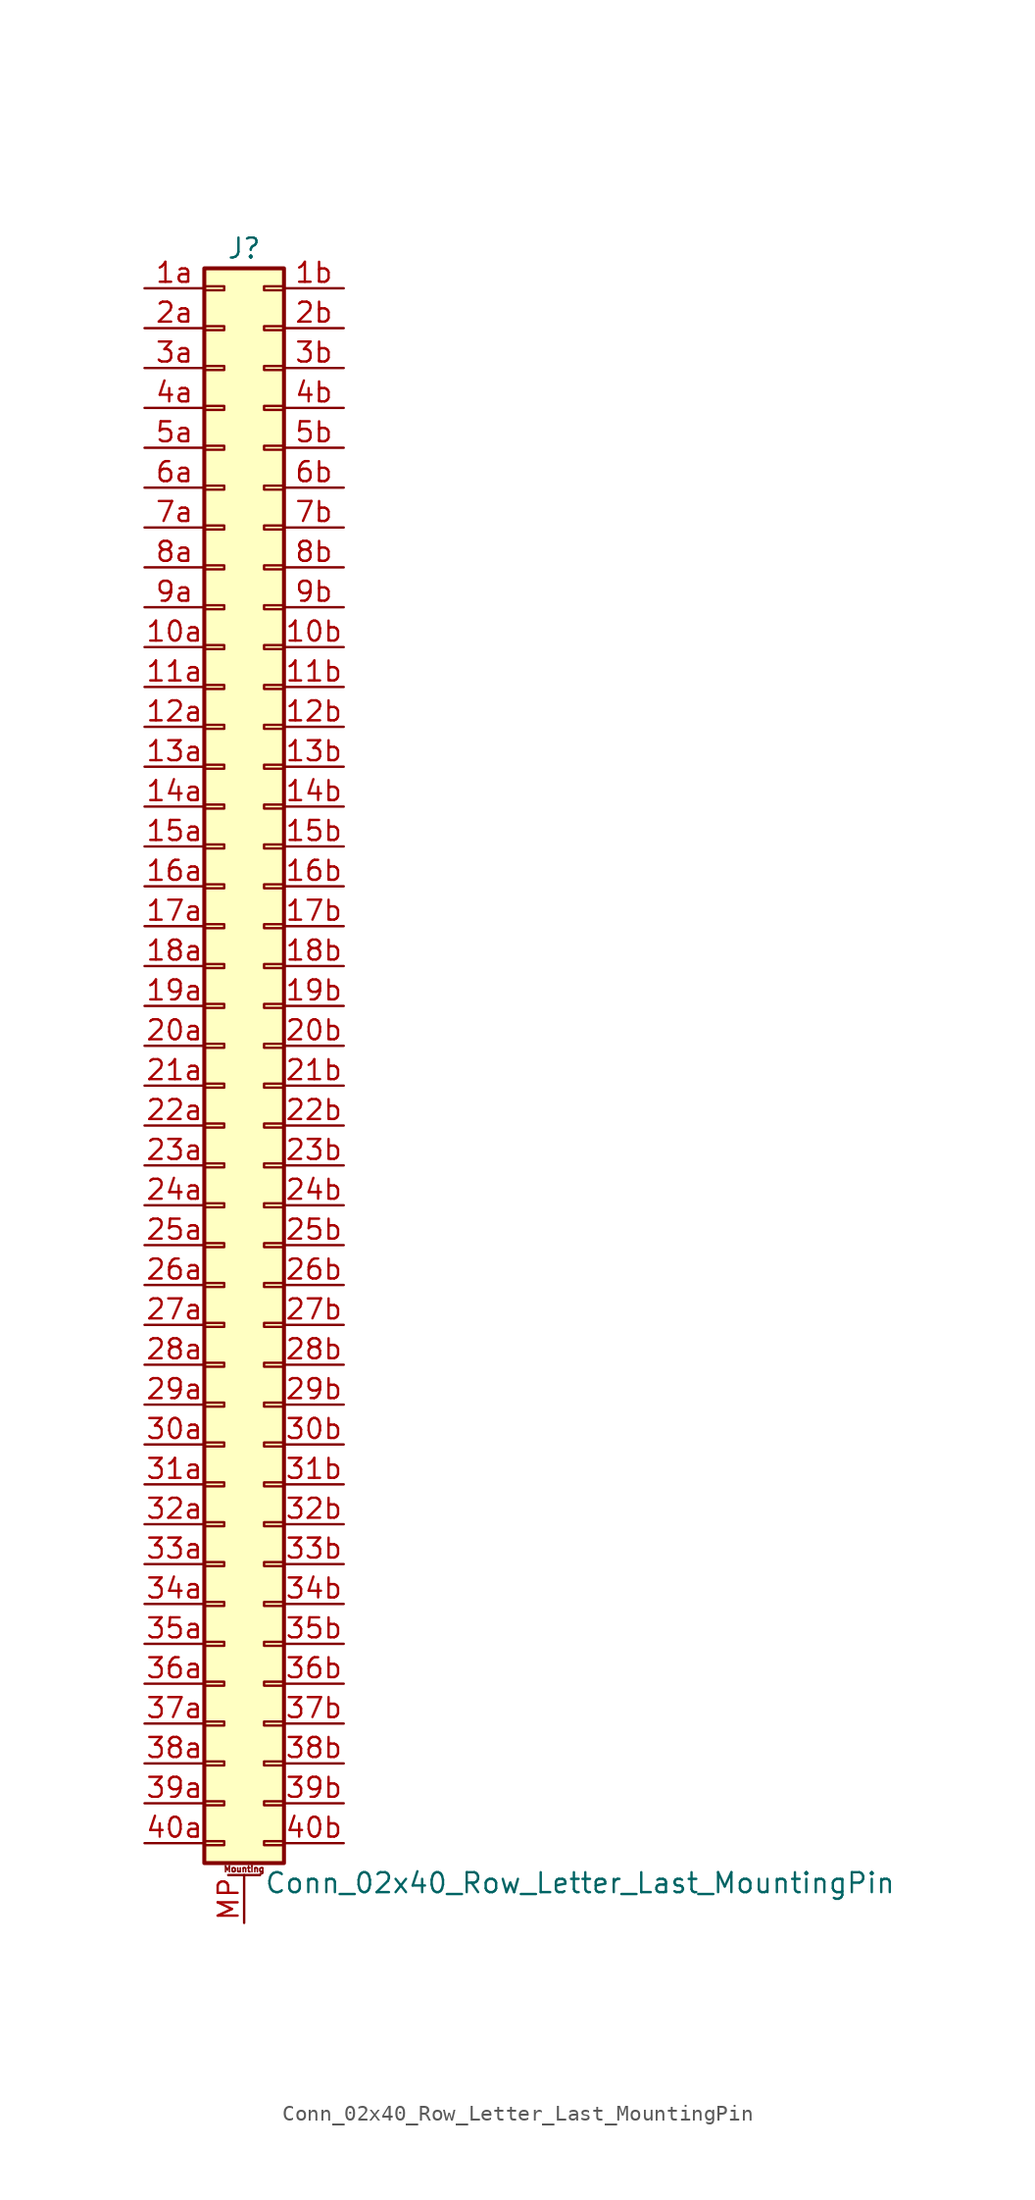
<source format=kicad_sym>
(kicad_symbol_lib
  (version 20201005)
  (generator kicad_symbol_editor)
  (symbol "Conn_02x40_Row_Letter_Last_MountingPin"
    (pin_names
      (offset 1.016) hide)
    (property "Reference" "J"
      (at 1.27 50.8 0)
      (effects (font (size 1.27 1.27))))
    (property "Value" "Conn_02x40_Row_Letter_Last_MountingPin"
      (at 2.54 -53.34 0)
      (effects (font (size 1.27 1.27)) (justify left)))
    (symbol "Conn_02x40_Row_Letter_Last_MountingPin_1_1"
      (text "Mounting" (at 1.27 -52.451 0) (effects (font (size 0.381 0.381))))
      (rectangle (start -1.27 -50.673) (end 0 -50.927) (stroke (width 0.152)) (fill (type none)))
      (rectangle (start -1.27 -48.133) (end 0 -48.387) (stroke (width 0.152)) (fill (type none)))
      (rectangle (start -1.27 -45.593) (end 0 -45.847) (stroke (width 0.152)) (fill (type none)))
      (rectangle (start -1.27 -43.053) (end 0 -43.307) (stroke (width 0.152)) (fill (type none)))
      (rectangle (start -1.27 -40.513) (end 0 -40.767) (stroke (width 0.152)) (fill (type none)))
      (rectangle (start -1.27 -37.973) (end 0 -38.227) (stroke (width 0.152)) (fill (type none)))
      (rectangle (start -1.27 -35.433) (end 0 -35.687) (stroke (width 0.152)) (fill (type none)))
      (rectangle (start -1.27 -32.893) (end 0 -33.147) (stroke (width 0.152)) (fill (type none)))
      (rectangle (start -1.27 -30.353) (end 0 -30.607) (stroke (width 0.152)) (fill (type none)))
      (rectangle (start -1.27 -27.813) (end 0 -28.067) (stroke (width 0.152)) (fill (type none)))
      (rectangle (start -1.27 -25.273) (end 0 -25.527) (stroke (width 0.152)) (fill (type none)))
      (rectangle (start -1.27 -22.733) (end 0 -22.987) (stroke (width 0.152)) (fill (type none)))
      (rectangle (start -1.27 -20.193) (end 0 -20.447) (stroke (width 0.152)) (fill (type none)))
      (rectangle (start -1.27 -17.653) (end 0 -17.907) (stroke (width 0.152)) (fill (type none)))
      (rectangle (start -1.27 -15.113) (end 0 -15.367) (stroke (width 0.152)) (fill (type none)))
      (rectangle (start -1.27 -12.573) (end 0 -12.827) (stroke (width 0.152)) (fill (type none)))
      (rectangle (start -1.27 -10.033) (end 0 -10.287) (stroke (width 0.152)) (fill (type none)))
      (rectangle (start -1.27 -7.493) (end 0 -7.747) (stroke (width 0.152)) (fill (type none)))
      (rectangle (start -1.27 -4.953) (end 0 -5.207) (stroke (width 0.152)) (fill (type none)))
      (rectangle (start -1.27 -2.413) (end 0 -2.667) (stroke (width 0.152)) (fill (type none)))
      (rectangle (start -1.27 0.127) (end 0 -0.127) (stroke (width 0.152)) (fill (type none)))
      (rectangle (start -1.27 2.667) (end 0 2.413) (stroke (width 0.152)) (fill (type none)))
      (rectangle (start -1.27 5.207) (end 0 4.953) (stroke (width 0.152)) (fill (type none)))
      (rectangle (start -1.27 7.747) (end 0 7.493) (stroke (width 0.152)) (fill (type none)))
      (rectangle (start -1.27 10.287) (end 0 10.033) (stroke (width 0.152)) (fill (type none)))
      (rectangle (start -1.27 12.827) (end 0 12.573) (stroke (width 0.152)) (fill (type none)))
      (rectangle (start -1.27 15.367) (end 0 15.113) (stroke (width 0.152)) (fill (type none)))
      (rectangle (start -1.27 17.907) (end 0 17.653) (stroke (width 0.152)) (fill (type none)))
      (rectangle (start -1.27 20.447) (end 0 20.193) (stroke (width 0.152)) (fill (type none)))
      (rectangle (start -1.27 22.987) (end 0 22.733) (stroke (width 0.152)) (fill (type none)))
      (rectangle (start -1.27 25.527) (end 0 25.273) (stroke (width 0.152)) (fill (type none)))
      (rectangle (start -1.27 28.067) (end 0 27.813) (stroke (width 0.152)) (fill (type none)))
      (rectangle (start -1.27 30.607) (end 0 30.353) (stroke (width 0.152)) (fill (type none)))
      (rectangle (start -1.27 33.147) (end 0 32.893) (stroke (width 0.152)) (fill (type none)))
      (rectangle (start -1.27 35.687) (end 0 35.433) (stroke (width 0.152)) (fill (type none)))
      (rectangle (start -1.27 38.227) (end 0 37.973) (stroke (width 0.152)) (fill (type none)))
      (rectangle (start -1.27 40.767) (end 0 40.513) (stroke (width 0.152)) (fill (type none)))
      (rectangle (start -1.27 43.307) (end 0 43.053) (stroke (width 0.152)) (fill (type none)))
      (rectangle (start -1.27 45.847) (end 0 45.593) (stroke (width 0.152)) (fill (type none)))
      (rectangle (start -1.27 48.387) (end 0 48.133) (stroke (width 0.152)) (fill (type none)))
      (rectangle (start 3.81 -50.673) (end 2.54 -50.927) (stroke (width 0.152)) (fill (type none)))
      (rectangle (start 3.81 -48.133) (end 2.54 -48.387) (stroke (width 0.152)) (fill (type none)))
      (rectangle (start 3.81 -45.593) (end 2.54 -45.847) (stroke (width 0.152)) (fill (type none)))
      (rectangle (start 3.81 -43.053) (end 2.54 -43.307) (stroke (width 0.152)) (fill (type none)))
      (rectangle (start 3.81 -40.513) (end 2.54 -40.767) (stroke (width 0.152)) (fill (type none)))
      (rectangle (start 3.81 -37.973) (end 2.54 -38.227) (stroke (width 0.152)) (fill (type none)))
      (rectangle (start 3.81 -35.433) (end 2.54 -35.687) (stroke (width 0.152)) (fill (type none)))
      (rectangle (start 3.81 -32.893) (end 2.54 -33.147) (stroke (width 0.152)) (fill (type none)))
      (rectangle (start 3.81 -30.353) (end 2.54 -30.607) (stroke (width 0.152)) (fill (type none)))
      (rectangle (start 3.81 -27.813) (end 2.54 -28.067) (stroke (width 0.152)) (fill (type none)))
      (rectangle (start 3.81 -25.273) (end 2.54 -25.527) (stroke (width 0.152)) (fill (type none)))
      (rectangle (start 3.81 -22.733) (end 2.54 -22.987) (stroke (width 0.152)) (fill (type none)))
      (rectangle (start 3.81 -20.193) (end 2.54 -20.447) (stroke (width 0.152)) (fill (type none)))
      (rectangle (start 3.81 -17.653) (end 2.54 -17.907) (stroke (width 0.152)) (fill (type none)))
      (rectangle (start 3.81 -15.113) (end 2.54 -15.367) (stroke (width 0.152)) (fill (type none)))
      (rectangle (start 3.81 -12.573) (end 2.54 -12.827) (stroke (width 0.152)) (fill (type none)))
      (rectangle (start 3.81 -10.033) (end 2.54 -10.287) (stroke (width 0.152)) (fill (type none)))
      (rectangle (start 3.81 -7.493) (end 2.54 -7.747) (stroke (width 0.152)) (fill (type none)))
      (rectangle (start 3.81 -4.953) (end 2.54 -5.207) (stroke (width 0.152)) (fill (type none)))
      (rectangle (start 3.81 -2.413) (end 2.54 -2.667) (stroke (width 0.152)) (fill (type none)))
      (rectangle (start 3.81 0.127) (end 2.54 -0.127) (stroke (width 0.152)) (fill (type none)))
      (rectangle (start 3.81 2.667) (end 2.54 2.413) (stroke (width 0.152)) (fill (type none)))
      (rectangle (start 3.81 5.207) (end 2.54 4.953) (stroke (width 0.152)) (fill (type none)))
      (rectangle (start 3.81 7.747) (end 2.54 7.493) (stroke (width 0.152)) (fill (type none)))
      (rectangle (start 3.81 10.287) (end 2.54 10.033) (stroke (width 0.152)) (fill (type none)))
      (rectangle (start 3.81 12.827) (end 2.54 12.573) (stroke (width 0.152)) (fill (type none)))
      (rectangle (start 3.81 15.367) (end 2.54 15.113) (stroke (width 0.152)) (fill (type none)))
      (rectangle (start 3.81 17.907) (end 2.54 17.653) (stroke (width 0.152)) (fill (type none)))
      (rectangle (start 3.81 20.447) (end 2.54 20.193) (stroke (width 0.152)) (fill (type none)))
      (rectangle (start 3.81 22.987) (end 2.54 22.733) (stroke (width 0.152)) (fill (type none)))
      (rectangle (start 3.81 25.527) (end 2.54 25.273) (stroke (width 0.152)) (fill (type none)))
      (rectangle (start 3.81 28.067) (end 2.54 27.813) (stroke (width 0.152)) (fill (type none)))
      (rectangle (start 3.81 30.607) (end 2.54 30.353) (stroke (width 0.152)) (fill (type none)))
      (rectangle (start 3.81 33.147) (end 2.54 32.893) (stroke (width 0.152)) (fill (type none)))
      (rectangle (start 3.81 35.687) (end 2.54 35.433) (stroke (width 0.152)) (fill (type none)))
      (rectangle (start 3.81 38.227) (end 2.54 37.973) (stroke (width 0.152)) (fill (type none)))
      (rectangle (start 3.81 40.767) (end 2.54 40.513) (stroke (width 0.152)) (fill (type none)))
      (rectangle (start 3.81 43.307) (end 2.54 43.053) (stroke (width 0.152)) (fill (type none)))
      (rectangle (start 3.81 45.847) (end 2.54 45.593) (stroke (width 0.152)) (fill (type none)))
      (rectangle (start 3.81 48.387) (end 2.54 48.133) (stroke (width 0.152)) (fill (type none)))
      (rectangle (start -1.27 49.53) (end 3.81 -52.07) (stroke (width 0.254)) (fill (type background)))
      (polyline (pts (xy 0.254 -52.832) (xy 2.286 -52.832)) (stroke (width 0.152)) (fill (type none)))
      (pin passive line (at -5.08 25.4 0) (length 3.81) (name "Pin_10a" (effects (font (size 1.27 1.27)))) (number "10a" (effects (font (size 1.27 1.27)))))
      (pin passive line (at 7.62 25.4 180) (length 3.81) (name "Pin_10b" (effects (font (size 1.27 1.27)))) (number "10b" (effects (font (size 1.27 1.27)))))
      (pin passive line (at -5.08 22.86 0) (length 3.81) (name "Pin_11a" (effects (font (size 1.27 1.27)))) (number "11a" (effects (font (size 1.27 1.27)))))
      (pin passive line (at 7.62 22.86 180) (length 3.81) (name "Pin_11b" (effects (font (size 1.27 1.27)))) (number "11b" (effects (font (size 1.27 1.27)))))
      (pin passive line (at -5.08 20.32 0) (length 3.81) (name "Pin_12a" (effects (font (size 1.27 1.27)))) (number "12a" (effects (font (size 1.27 1.27)))))
      (pin passive line (at 7.62 20.32 180) (length 3.81) (name "Pin_12b" (effects (font (size 1.27 1.27)))) (number "12b" (effects (font (size 1.27 1.27)))))
      (pin passive line (at -5.08 17.78 0) (length 3.81) (name "Pin_13a" (effects (font (size 1.27 1.27)))) (number "13a" (effects (font (size 1.27 1.27)))))
      (pin passive line (at 7.62 17.78 180) (length 3.81) (name "Pin_13b" (effects (font (size 1.27 1.27)))) (number "13b" (effects (font (size 1.27 1.27)))))
      (pin passive line (at -5.08 15.24 0) (length 3.81) (name "Pin_14a" (effects (font (size 1.27 1.27)))) (number "14a" (effects (font (size 1.27 1.27)))))
      (pin passive line (at 7.62 15.24 180) (length 3.81) (name "Pin_14b" (effects (font (size 1.27 1.27)))) (number "14b" (effects (font (size 1.27 1.27)))))
      (pin passive line (at -5.08 12.7 0) (length 3.81) (name "Pin_15a" (effects (font (size 1.27 1.27)))) (number "15a" (effects (font (size 1.27 1.27)))))
      (pin passive line (at 7.62 12.7 180) (length 3.81) (name "Pin_15b" (effects (font (size 1.27 1.27)))) (number "15b" (effects (font (size 1.27 1.27)))))
      (pin passive line (at -5.08 10.16 0) (length 3.81) (name "Pin_16a" (effects (font (size 1.27 1.27)))) (number "16a" (effects (font (size 1.27 1.27)))))
      (pin passive line (at 7.62 10.16 180) (length 3.81) (name "Pin_16b" (effects (font (size 1.27 1.27)))) (number "16b" (effects (font (size 1.27 1.27)))))
      (pin passive line (at -5.08 7.62 0) (length 3.81) (name "Pin_17a" (effects (font (size 1.27 1.27)))) (number "17a" (effects (font (size 1.27 1.27)))))
      (pin passive line (at 7.62 7.62 180) (length 3.81) (name "Pin_17b" (effects (font (size 1.27 1.27)))) (number "17b" (effects (font (size 1.27 1.27)))))
      (pin passive line (at -5.08 5.08 0) (length 3.81) (name "Pin_18a" (effects (font (size 1.27 1.27)))) (number "18a" (effects (font (size 1.27 1.27)))))
      (pin passive line (at 7.62 5.08 180) (length 3.81) (name "Pin_18b" (effects (font (size 1.27 1.27)))) (number "18b" (effects (font (size 1.27 1.27)))))
      (pin passive line (at -5.08 2.54 0) (length 3.81) (name "Pin_19a" (effects (font (size 1.27 1.27)))) (number "19a" (effects (font (size 1.27 1.27)))))
      (pin passive line (at 7.62 2.54 180) (length 3.81) (name "Pin_19b" (effects (font (size 1.27 1.27)))) (number "19b" (effects (font (size 1.27 1.27)))))
      (pin passive line (at -5.08 48.26 0) (length 3.81) (name "Pin_1a" (effects (font (size 1.27 1.27)))) (number "1a" (effects (font (size 1.27 1.27)))))
      (pin passive line (at 7.62 48.26 180) (length 3.81) (name "Pin_1b" (effects (font (size 1.27 1.27)))) (number "1b" (effects (font (size 1.27 1.27)))))
      (pin passive line (at -5.08 0 0) (length 3.81) (name "Pin_20a" (effects (font (size 1.27 1.27)))) (number "20a" (effects (font (size 1.27 1.27)))))
      (pin passive line (at 7.62 0 180) (length 3.81) (name "Pin_20b" (effects (font (size 1.27 1.27)))) (number "20b" (effects (font (size 1.27 1.27)))))
      (pin passive line (at -5.08 -2.54 0) (length 3.81) (name "Pin_21a" (effects (font (size 1.27 1.27)))) (number "21a" (effects (font (size 1.27 1.27)))))
      (pin passive line (at 7.62 -2.54 180) (length 3.81) (name "Pin_21b" (effects (font (size 1.27 1.27)))) (number "21b" (effects (font (size 1.27 1.27)))))
      (pin passive line (at -5.08 -5.08 0) (length 3.81) (name "Pin_22a" (effects (font (size 1.27 1.27)))) (number "22a" (effects (font (size 1.27 1.27)))))
      (pin passive line (at 7.62 -5.08 180) (length 3.81) (name "Pin_22b" (effects (font (size 1.27 1.27)))) (number "22b" (effects (font (size 1.27 1.27)))))
      (pin passive line (at -5.08 -7.62 0) (length 3.81) (name "Pin_23a" (effects (font (size 1.27 1.27)))) (number "23a" (effects (font (size 1.27 1.27)))))
      (pin passive line (at 7.62 -7.62 180) (length 3.81) (name "Pin_23b" (effects (font (size 1.27 1.27)))) (number "23b" (effects (font (size 1.27 1.27)))))
      (pin passive line (at -5.08 -10.16 0) (length 3.81) (name "Pin_24a" (effects (font (size 1.27 1.27)))) (number "24a" (effects (font (size 1.27 1.27)))))
      (pin passive line (at 7.62 -10.16 180) (length 3.81) (name "Pin_24b" (effects (font (size 1.27 1.27)))) (number "24b" (effects (font (size 1.27 1.27)))))
      (pin passive line (at -5.08 -12.7 0) (length 3.81) (name "Pin_25a" (effects (font (size 1.27 1.27)))) (number "25a" (effects (font (size 1.27 1.27)))))
      (pin passive line (at 7.62 -12.7 180) (length 3.81) (name "Pin_25b" (effects (font (size 1.27 1.27)))) (number "25b" (effects (font (size 1.27 1.27)))))
      (pin passive line (at -5.08 -15.24 0) (length 3.81) (name "Pin_26a" (effects (font (size 1.27 1.27)))) (number "26a" (effects (font (size 1.27 1.27)))))
      (pin passive line (at 7.62 -15.24 180) (length 3.81) (name "Pin_26b" (effects (font (size 1.27 1.27)))) (number "26b" (effects (font (size 1.27 1.27)))))
      (pin passive line (at -5.08 -17.78 0) (length 3.81) (name "Pin_27a" (effects (font (size 1.27 1.27)))) (number "27a" (effects (font (size 1.27 1.27)))))
      (pin passive line (at 7.62 -17.78 180) (length 3.81) (name "Pin_27b" (effects (font (size 1.27 1.27)))) (number "27b" (effects (font (size 1.27 1.27)))))
      (pin passive line (at -5.08 -20.32 0) (length 3.81) (name "Pin_28a" (effects (font (size 1.27 1.27)))) (number "28a" (effects (font (size 1.27 1.27)))))
      (pin passive line (at 7.62 -20.32 180) (length 3.81) (name "Pin_28b" (effects (font (size 1.27 1.27)))) (number "28b" (effects (font (size 1.27 1.27)))))
      (pin passive line (at -5.08 -22.86 0) (length 3.81) (name "Pin_29a" (effects (font (size 1.27 1.27)))) (number "29a" (effects (font (size 1.27 1.27)))))
      (pin passive line (at 7.62 -22.86 180) (length 3.81) (name "Pin_29b" (effects (font (size 1.27 1.27)))) (number "29b" (effects (font (size 1.27 1.27)))))
      (pin passive line (at -5.08 45.72 0) (length 3.81) (name "Pin_2a" (effects (font (size 1.27 1.27)))) (number "2a" (effects (font (size 1.27 1.27)))))
      (pin passive line (at 7.62 45.72 180) (length 3.81) (name "Pin_2b" (effects (font (size 1.27 1.27)))) (number "2b" (effects (font (size 1.27 1.27)))))
      (pin passive line (at -5.08 -25.4 0) (length 3.81) (name "Pin_30a" (effects (font (size 1.27 1.27)))) (number "30a" (effects (font (size 1.27 1.27)))))
      (pin passive line (at 7.62 -25.4 180) (length 3.81) (name "Pin_30b" (effects (font (size 1.27 1.27)))) (number "30b" (effects (font (size 1.27 1.27)))))
      (pin passive line (at -5.08 -27.94 0) (length 3.81) (name "Pin_31a" (effects (font (size 1.27 1.27)))) (number "31a" (effects (font (size 1.27 1.27)))))
      (pin passive line (at 7.62 -27.94 180) (length 3.81) (name "Pin_31b" (effects (font (size 1.27 1.27)))) (number "31b" (effects (font (size 1.27 1.27)))))
      (pin passive line (at -5.08 -30.48 0) (length 3.81) (name "Pin_32a" (effects (font (size 1.27 1.27)))) (number "32a" (effects (font (size 1.27 1.27)))))
      (pin passive line (at 7.62 -30.48 180) (length 3.81) (name "Pin_32b" (effects (font (size 1.27 1.27)))) (number "32b" (effects (font (size 1.27 1.27)))))
      (pin passive line (at -5.08 -33.02 0) (length 3.81) (name "Pin_33a" (effects (font (size 1.27 1.27)))) (number "33a" (effects (font (size 1.27 1.27)))))
      (pin passive line (at 7.62 -33.02 180) (length 3.81) (name "Pin_33b" (effects (font (size 1.27 1.27)))) (number "33b" (effects (font (size 1.27 1.27)))))
      (pin passive line (at -5.08 -35.56 0) (length 3.81) (name "Pin_34a" (effects (font (size 1.27 1.27)))) (number "34a" (effects (font (size 1.27 1.27)))))
      (pin passive line (at 7.62 -35.56 180) (length 3.81) (name "Pin_34b" (effects (font (size 1.27 1.27)))) (number "34b" (effects (font (size 1.27 1.27)))))
      (pin passive line (at -5.08 -38.1 0) (length 3.81) (name "Pin_35a" (effects (font (size 1.27 1.27)))) (number "35a" (effects (font (size 1.27 1.27)))))
      (pin passive line (at 7.62 -38.1 180) (length 3.81) (name "Pin_35b" (effects (font (size 1.27 1.27)))) (number "35b" (effects (font (size 1.27 1.27)))))
      (pin passive line (at -5.08 -40.64 0) (length 3.81) (name "Pin_36a" (effects (font (size 1.27 1.27)))) (number "36a" (effects (font (size 1.27 1.27)))))
      (pin passive line (at 7.62 -40.64 180) (length 3.81) (name "Pin_36b" (effects (font (size 1.27 1.27)))) (number "36b" (effects (font (size 1.27 1.27)))))
      (pin passive line (at -5.08 -43.18 0) (length 3.81) (name "Pin_37a" (effects (font (size 1.27 1.27)))) (number "37a" (effects (font (size 1.27 1.27)))))
      (pin passive line (at 7.62 -43.18 180) (length 3.81) (name "Pin_37b" (effects (font (size 1.27 1.27)))) (number "37b" (effects (font (size 1.27 1.27)))))
      (pin passive line (at -5.08 -45.72 0) (length 3.81) (name "Pin_38a" (effects (font (size 1.27 1.27)))) (number "38a" (effects (font (size 1.27 1.27)))))
      (pin passive line (at 7.62 -45.72 180) (length 3.81) (name "Pin_38b" (effects (font (size 1.27 1.27)))) (number "38b" (effects (font (size 1.27 1.27)))))
      (pin passive line (at -5.08 -48.26 0) (length 3.81) (name "Pin_39a" (effects (font (size 1.27 1.27)))) (number "39a" (effects (font (size 1.27 1.27)))))
      (pin passive line (at 7.62 -48.26 180) (length 3.81) (name "Pin_39b" (effects (font (size 1.27 1.27)))) (number "39b" (effects (font (size 1.27 1.27)))))
      (pin passive line (at -5.08 43.18 0) (length 3.81) (name "Pin_3a" (effects (font (size 1.27 1.27)))) (number "3a" (effects (font (size 1.27 1.27)))))
      (pin passive line (at 7.62 43.18 180) (length 3.81) (name "Pin_3b" (effects (font (size 1.27 1.27)))) (number "3b" (effects (font (size 1.27 1.27)))))
      (pin passive line (at -5.08 -50.8 0) (length 3.81) (name "Pin_40a" (effects (font (size 1.27 1.27)))) (number "40a" (effects (font (size 1.27 1.27)))))
      (pin passive line (at 7.62 -50.8 180) (length 3.81) (name "Pin_40b" (effects (font (size 1.27 1.27)))) (number "40b" (effects (font (size 1.27 1.27)))))
      (pin passive line (at -5.08 40.64 0) (length 3.81) (name "Pin_4a" (effects (font (size 1.27 1.27)))) (number "4a" (effects (font (size 1.27 1.27)))))
      (pin passive line (at 7.62 40.64 180) (length 3.81) (name "Pin_4b" (effects (font (size 1.27 1.27)))) (number "4b" (effects (font (size 1.27 1.27)))))
      (pin passive line (at -5.08 38.1 0) (length 3.81) (name "Pin_5a" (effects (font (size 1.27 1.27)))) (number "5a" (effects (font (size 1.27 1.27)))))
      (pin passive line (at 7.62 38.1 180) (length 3.81) (name "Pin_5b" (effects (font (size 1.27 1.27)))) (number "5b" (effects (font (size 1.27 1.27)))))
      (pin passive line (at -5.08 35.56 0) (length 3.81) (name "Pin_6a" (effects (font (size 1.27 1.27)))) (number "6a" (effects (font (size 1.27 1.27)))))
      (pin passive line (at 7.62 35.56 180) (length 3.81) (name "Pin_6b" (effects (font (size 1.27 1.27)))) (number "6b" (effects (font (size 1.27 1.27)))))
      (pin passive line (at -5.08 33.02 0) (length 3.81) (name "Pin_7a" (effects (font (size 1.27 1.27)))) (number "7a" (effects (font (size 1.27 1.27)))))
      (pin passive line (at 7.62 33.02 180) (length 3.81) (name "Pin_7b" (effects (font (size 1.27 1.27)))) (number "7b" (effects (font (size 1.27 1.27)))))
      (pin passive line (at -5.08 30.48 0) (length 3.81) (name "Pin_8a" (effects (font (size 1.27 1.27)))) (number "8a" (effects (font (size 1.27 1.27)))))
      (pin passive line (at 7.62 30.48 180) (length 3.81) (name "Pin_8b" (effects (font (size 1.27 1.27)))) (number "8b" (effects (font (size 1.27 1.27)))))
      (pin passive line (at -5.08 27.94 0) (length 3.81) (name "Pin_9a" (effects (font (size 1.27 1.27)))) (number "9a" (effects (font (size 1.27 1.27)))))
      (pin passive line (at 7.62 27.94 180) (length 3.81) (name "Pin_9b" (effects (font (size 1.27 1.27)))) (number "9b" (effects (font (size 1.27 1.27)))))
      (pin passive line (at 1.27 -55.88 90) (length 3.048) (name "MountPin" (effects (font (size 1.27 1.27)))) (number "MP" (effects (font (size 1.27 1.27))))))))
</source>
